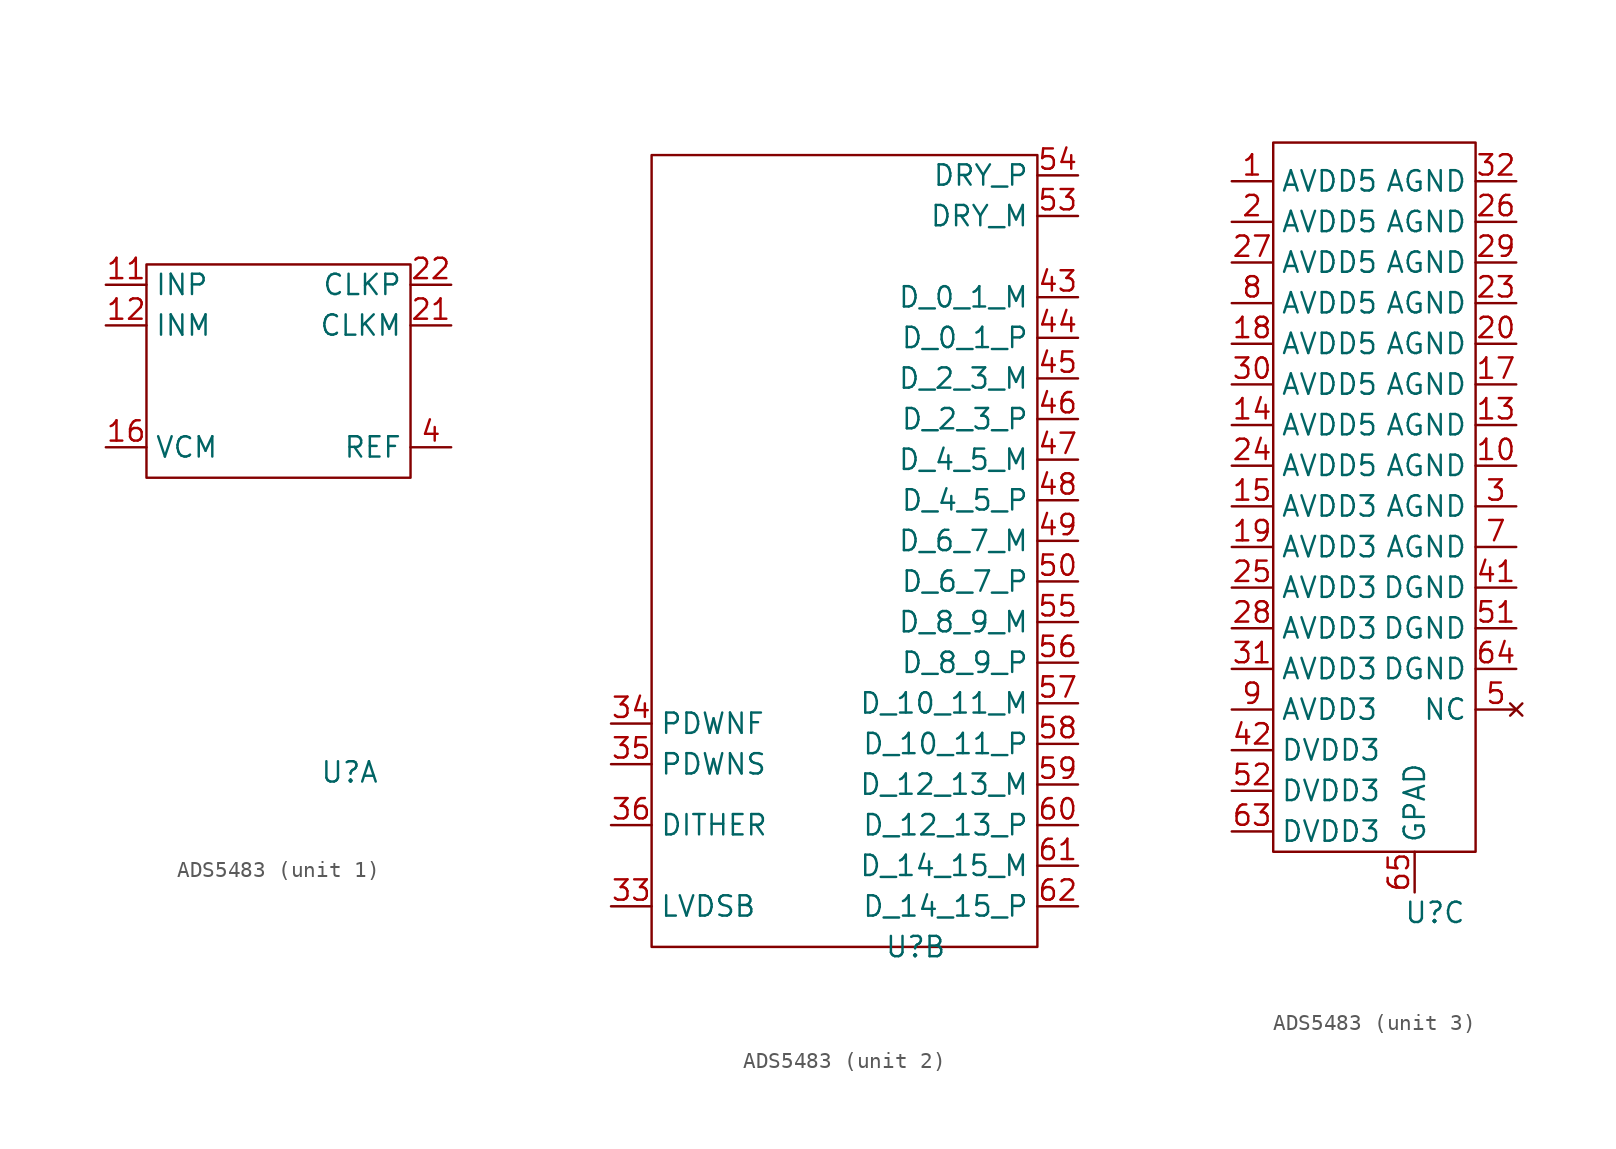
<source format=kicad_sym>
(kicad_symbol_lib
  (version 20220914)
  (generator kicad_symbol_editor)
  (symbol "ADS5483"
    (property "Reference" "U"
      (at 3.81 -25.4 0)
      (effects (font (size 1.27 1.27))))
    (property "Value" ""
      (at 0.686 14.48 0)
      (effects (font (size 1.27 1.27))))
    (property "ki_locked" ""
      (at 0 0 0)
      (effects (font (size 1.27 1.27))))
    (symbol "ADS5483_1_1"
      (rectangle (start -8.89 6.35) (end 7.62 -6.985) (stroke (width 0) (type default)) (fill (type none)))
      (pin input line (at -11.43 5.08 0) (length 2.54) (name "INP" (effects (font (size 1.27 1.27)))) (number "11" (effects (font (size 1.27 1.27)))))
      (pin input line (at -11.43 2.54 0) (length 2.54) (name "INM" (effects (font (size 1.27 1.27)))) (number "12" (effects (font (size 1.27 1.27)))))
      (pin output line (at -11.43 -5.08 0) (length 2.54) (name "VCM" (effects (font (size 1.27 1.27)))) (number "16" (effects (font (size 1.27 1.27)))))
      (pin input line (at 10.16 2.54 180) (length 2.54) (name "CLKM" (effects (font (size 1.27 1.27)))) (number "21" (effects (font (size 1.27 1.27)))))
      (pin input line (at 10.16 5.08 180) (length 2.54) (name "CLKP" (effects (font (size 1.27 1.27)))) (number "22" (effects (font (size 1.27 1.27)))))
      (pin input line (at 10.16 -5.08 180) (length 2.54) (name "REF" (effects (font (size 1.27 1.27)))) (number "4" (effects (font (size 1.27 1.27))))))
    (symbol "ADS5483_2_1"
      (rectangle (start -12.7 24.13) (end 11.43 -25.4) (stroke (width 0) (type default)) (fill (type none)))
      (pin input line (at -15.24 -22.86 0) (length 2.54) (name "LVDSB" (effects (font (size 1.27 1.27)))) (number "33" (effects (font (size 1.27 1.27)))))
      (pin input line (at -15.24 -11.43 0) (length 2.54) (name "PDWNF" (effects (font (size 1.27 1.27)))) (number "34" (effects (font (size 1.27 1.27)))))
      (pin input line (at -15.24 -13.97 0) (length 2.54) (name "PDWNS" (effects (font (size 1.27 1.27)))) (number "35" (effects (font (size 1.27 1.27)))))
      (pin input line (at -15.24 -17.78 0) (length 2.54) (name "DITHER" (effects (font (size 1.27 1.27)))) (number "36" (effects (font (size 1.27 1.27)))))
      (pin output line (at 13.97 15.24 180) (length 2.54) (name "D_0_1_M" (effects (font (size 1.27 1.27)))) (number "43" (effects (font (size 1.27 1.27)))))
      (pin output line (at 13.97 12.7 180) (length 2.54) (name "D_0_1_P" (effects (font (size 1.27 1.27)))) (number "44" (effects (font (size 1.27 1.27)))))
      (pin output line (at 13.97 10.16 180) (length 2.54) (name "D_2_3_M" (effects (font (size 1.27 1.27)))) (number "45" (effects (font (size 1.27 1.27)))))
      (pin output line (at 13.97 7.62 180) (length 2.54) (name "D_2_3_P" (effects (font (size 1.27 1.27)))) (number "46" (effects (font (size 1.27 1.27)))))
      (pin output line (at 13.97 5.08 180) (length 2.54) (name "D_4_5_M" (effects (font (size 1.27 1.27)))) (number "47" (effects (font (size 1.27 1.27)))))
      (pin output line (at 13.97 2.54 180) (length 2.54) (name "D_4_5_P" (effects (font (size 1.27 1.27)))) (number "48" (effects (font (size 1.27 1.27)))))
      (pin output line (at 13.97 0 180) (length 2.54) (name "D_6_7_M" (effects (font (size 1.27 1.27)))) (number "49" (effects (font (size 1.27 1.27)))))
      (pin output line (at 13.97 -2.54 180) (length 2.54) (name "D_6_7_P" (effects (font (size 1.27 1.27)))) (number "50" (effects (font (size 1.27 1.27)))))
      (pin output line (at 13.97 20.32 180) (length 2.54) (name "DRY_M" (effects (font (size 1.27 1.27)))) (number "53" (effects (font (size 1.27 1.27)))))
      (pin output line (at 13.97 22.86 180) (length 2.54) (name "DRY_P" (effects (font (size 1.27 1.27)))) (number "54" (effects (font (size 1.27 1.27)))))
      (pin output line (at 13.97 -5.08 180) (length 2.54) (name "D_8_9_M" (effects (font (size 1.27 1.27)))) (number "55" (effects (font (size 1.27 1.27)))))
      (pin output line (at 13.97 -7.62 180) (length 2.54) (name "D_8_9_P" (effects (font (size 1.27 1.27)))) (number "56" (effects (font (size 1.27 1.27)))))
      (pin output line (at 13.97 -10.16 180) (length 2.54) (name "D_10_11_M" (effects (font (size 1.27 1.27)))) (number "57" (effects (font (size 1.27 1.27)))))
      (pin output line (at 13.97 -12.7 180) (length 2.54) (name "D_10_11_P" (effects (font (size 1.27 1.27)))) (number "58" (effects (font (size 1.27 1.27)))))
      (pin output line (at 13.97 -15.24 180) (length 2.54) (name "D_12_13_M" (effects (font (size 1.27 1.27)))) (number "59" (effects (font (size 1.27 1.27)))))
      (pin output line (at 13.97 -17.78 180) (length 2.54) (name "D_12_13_P" (effects (font (size 1.27 1.27)))) (number "60" (effects (font (size 1.27 1.27)))))
      (pin output line (at 13.97 -20.32 180) (length 2.54) (name "D_14_15_M" (effects (font (size 1.27 1.27)))) (number "61" (effects (font (size 1.27 1.27)))))
      (pin output line (at 13.97 -22.86 180) (length 2.54) (name "D_14_15_P" (effects (font (size 1.27 1.27)))) (number "62" (effects (font (size 1.27 1.27))))))
    (symbol "ADS5483_3_1"
      (rectangle (start -6.299 22.735) (end 6.35 -21.59) (stroke (width 0) (type default)) (fill (type none)))
      (pin power_in line (at -8.89 20.32 0) (length 2.54) (name "AVDD5" (effects (font (size 1.27 1.27)))) (number "1" (effects (font (size 1.27 1.27)))))
      (pin power_in line (at 8.89 2.54 180) (length 2.54) (name "AGND" (effects (font (size 1.27 1.27)))) (number "10" (effects (font (size 1.27 1.27)))))
      (pin power_in line (at 8.89 5.08 180) (length 2.54) (name "AGND" (effects (font (size 1.27 1.27)))) (number "13" (effects (font (size 1.27 1.27)))))
      (pin power_in line (at -8.89 5.08 0) (length 2.54) (name "AVDD5" (effects (font (size 1.27 1.27)))) (number "14" (effects (font (size 1.27 1.27)))))
      (pin power_in line (at -8.89 0 0) (length 2.54) (name "AVDD3" (effects (font (size 1.27 1.27)))) (number "15" (effects (font (size 1.27 1.27)))))
      (pin power_in line (at 8.89 7.62 180) (length 2.54) (name "AGND" (effects (font (size 1.27 1.27)))) (number "17" (effects (font (size 1.27 1.27)))))
      (pin power_in line (at -8.89 10.16 0) (length 2.54) (name "AVDD5" (effects (font (size 1.27 1.27)))) (number "18" (effects (font (size 1.27 1.27)))))
      (pin power_in line (at -8.89 -2.54 0) (length 2.54) (name "AVDD3" (effects (font (size 1.27 1.27)))) (number "19" (effects (font (size 1.27 1.27)))))
      (pin power_in line (at -8.89 17.78 0) (length 2.54) (name "AVDD5" (effects (font (size 1.27 1.27)))) (number "2" (effects (font (size 1.27 1.27)))))
      (pin power_in line (at 8.89 10.16 180) (length 2.54) (name "AGND" (effects (font (size 1.27 1.27)))) (number "20" (effects (font (size 1.27 1.27)))))
      (pin power_in line (at 8.89 12.7 180) (length 2.54) (name "AGND" (effects (font (size 1.27 1.27)))) (number "23" (effects (font (size 1.27 1.27)))))
      (pin power_in line (at -8.89 2.54 0) (length 2.54) (name "AVDD5" (effects (font (size 1.27 1.27)))) (number "24" (effects (font (size 1.27 1.27)))))
      (pin power_in line (at -8.89 -5.08 0) (length 2.54) (name "AVDD3" (effects (font (size 1.27 1.27)))) (number "25" (effects (font (size 1.27 1.27)))))
      (pin power_in line (at 8.89 17.78 180) (length 2.54) (name "AGND" (effects (font (size 1.27 1.27)))) (number "26" (effects (font (size 1.27 1.27)))))
      (pin power_in line (at -8.89 15.24 0) (length 2.54) (name "AVDD5" (effects (font (size 1.27 1.27)))) (number "27" (effects (font (size 1.27 1.27)))))
      (pin power_in line (at -8.89 -7.62 0) (length 2.54) (name "AVDD3" (effects (font (size 1.27 1.27)))) (number "28" (effects (font (size 1.27 1.27)))))
      (pin power_in line (at 8.89 15.24 180) (length 2.54) (name "AGND" (effects (font (size 1.27 1.27)))) (number "29" (effects (font (size 1.27 1.27)))))
      (pin power_in line (at 8.89 0 180) (length 2.54) (name "AGND" (effects (font (size 1.27 1.27)))) (number "3" (effects (font (size 1.27 1.27)))))
      (pin power_in line (at -8.89 7.62 0) (length 2.54) (name "AVDD5" (effects (font (size 1.27 1.27)))) (number "30" (effects (font (size 1.27 1.27)))))
      (pin power_in line (at -8.89 -10.16 0) (length 2.54) (name "AVDD3" (effects (font (size 1.27 1.27)))) (number "31" (effects (font (size 1.27 1.27)))))
      (pin power_in line (at 8.89 20.32 180) (length 2.54) (name "AGND" (effects (font (size 1.27 1.27)))) (number "32" (effects (font (size 1.27 1.27)))))
      (pin no_connect line (at 8.89 -12.7 180) (length 2.54) hide (name "NC" (effects (font (size 1.27 1.27)))) (number "37" (effects (font (size 1.27 1.27)))))
      (pin no_connect line (at 8.89 -12.7 180) (length 2.54) hide (name "NC" (effects (font (size 1.27 1.27)))) (number "38" (effects (font (size 1.27 1.27)))))
      (pin no_connect line (at 8.89 -12.7 180) (length 2.54) hide (name "NC" (effects (font (size 1.27 1.27)))) (number "39" (effects (font (size 1.27 1.27)))))
      (pin no_connect line (at 8.89 -12.7 180) (length 2.54) hide (name "NC" (effects (font (size 1.27 1.27)))) (number "40" (effects (font (size 1.27 1.27)))))
      (pin power_in line (at 8.89 -5.08 180) (length 2.54) (name "DGND" (effects (font (size 1.27 1.27)))) (number "41" (effects (font (size 1.27 1.27)))))
      (pin power_in line (at -8.89 -15.24 0) (length 2.54) (name "DVDD3" (effects (font (size 1.27 1.27)))) (number "42" (effects (font (size 1.27 1.27)))))
      (pin no_connect line (at 8.89 -12.7 180) (length 2.54) (name "NC" (effects (font (size 1.27 1.27)))) (number "5" (effects (font (size 1.27 1.27)))))
      (pin power_in line (at 8.89 -7.62 180) (length 2.54) (name "DGND" (effects (font (size 1.27 1.27)))) (number "51" (effects (font (size 1.27 1.27)))))
      (pin power_in line (at -8.89 -17.78 0) (length 2.54) (name "DVDD3" (effects (font (size 1.27 1.27)))) (number "52" (effects (font (size 1.27 1.27)))))
      (pin no_connect line (at 8.89 -12.7 180) (length 2.54) hide (name "NC" (effects (font (size 1.27 1.27)))) (number "6" (effects (font (size 1.27 1.27)))))
      (pin power_in line (at -8.89 -20.32 0) (length 2.54) (name "DVDD3" (effects (font (size 1.27 1.27)))) (number "63" (effects (font (size 1.27 1.27)))))
      (pin power_in line (at 8.89 -10.16 180) (length 2.54) (name "DGND" (effects (font (size 1.27 1.27)))) (number "64" (effects (font (size 1.27 1.27)))))
      (pin power_in line (at 2.54 -24.13 90) (length 2.54) (name "GPAD" (effects (font (size 1.27 1.27)))) (number "65" (effects (font (size 1.27 1.27)))))
      (pin power_in line (at 8.89 -2.54 180) (length 2.54) (name "AGND" (effects (font (size 1.27 1.27)))) (number "7" (effects (font (size 1.27 1.27)))))
      (pin power_in line (at -8.89 12.7 0) (length 2.54) (name "AVDD5" (effects (font (size 1.27 1.27)))) (number "8" (effects (font (size 1.27 1.27)))))
      (pin power_in line (at -8.89 -12.7 0) (length 2.54) (name "AVDD3" (effects (font (size 1.27 1.27)))) (number "9" (effects (font (size 1.27 1.27))))))))
</source>
